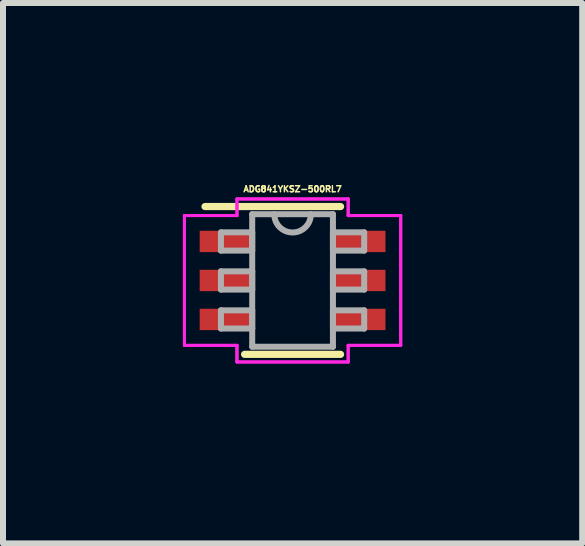
<source format=kicad_pcb>
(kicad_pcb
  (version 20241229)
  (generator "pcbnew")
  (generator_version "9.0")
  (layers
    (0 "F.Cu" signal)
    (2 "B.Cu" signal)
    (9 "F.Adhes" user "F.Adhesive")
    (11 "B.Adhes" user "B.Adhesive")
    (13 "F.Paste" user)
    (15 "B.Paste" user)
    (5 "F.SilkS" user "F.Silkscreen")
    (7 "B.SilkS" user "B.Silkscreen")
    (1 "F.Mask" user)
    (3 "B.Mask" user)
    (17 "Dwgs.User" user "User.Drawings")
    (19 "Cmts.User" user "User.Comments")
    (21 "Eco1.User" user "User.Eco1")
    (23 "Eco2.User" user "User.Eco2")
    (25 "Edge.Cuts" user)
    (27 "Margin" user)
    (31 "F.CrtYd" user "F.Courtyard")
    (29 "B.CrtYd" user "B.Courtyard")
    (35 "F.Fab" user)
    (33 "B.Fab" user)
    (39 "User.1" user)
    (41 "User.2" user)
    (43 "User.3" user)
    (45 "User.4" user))
  (footprint "ADG841YKSZ-500RL7"
    (layer "F.Cu")
    (at 1.828 1.626)
    (property "Reference" "ADG841YKSZ-500RL7" (at 0 -1.524 0) (layer "F.SilkS") (effects (font (size 0.1 0.1) (thickness 0.025))))
    (attr through_hole)
    (fp_line (start -0.8 1.232) (end 0.8 1.232) (stroke (width 0.12) (type solid)) (layer "F.SilkS"))
    (fp_line (start 0.8 -1.232) (end -1.46 -1.232) (stroke (width 0.12) (type solid)) (layer "F.SilkS"))
    (fp_line (start -1.803 -1.082) (end -0.927 -1.082) (stroke (width 0.05) (type solid)) (layer "F.CrtYd"))
    (fp_line (start -1.803 -1.082) (end -0.927 -1.082) (stroke (width 0.05) (type solid)) (layer "F.CrtYd"))
    (fp_line (start -1.803 1.082) (end -1.803 -1.082) (stroke (width 0.05) (type solid)) (layer "F.CrtYd"))
    (fp_line (start -1.803 1.082) (end -1.803 -1.082) (stroke (width 0.05) (type solid)) (layer "F.CrtYd"))
    (fp_line (start -1.803 1.082) (end -0.927 1.082) (stroke (width 0.05) (type solid)) (layer "F.CrtYd"))
    (fp_line (start -0.927 -1.359) (end 0.927 -1.359) (stroke (width 0.05) (type solid)) (layer "F.CrtYd"))
    (fp_line (start -0.927 -1.359) (end 0.927 -1.359) (stroke (width 0.05) (type solid)) (layer "F.CrtYd"))
    (fp_line (start -0.927 -1.082) (end -0.927 -1.359) (stroke (width 0.05) (type solid)) (layer "F.CrtYd"))
    (fp_line (start -0.927 -1.082) (end -0.927 -1.359) (stroke (width 0.05) (type solid)) (layer "F.CrtYd"))
    (fp_line (start -0.927 1.082) (end -1.803 1.082) (stroke (width 0.05) (type solid)) (layer "F.CrtYd"))
    (fp_line (start -0.927 1.359) (end -0.927 1.082) (stroke (width 0.05) (type solid)) (layer "F.CrtYd"))
    (fp_line (start -0.927 1.359) (end -0.927 1.082) (stroke (width 0.05) (type solid)) (layer "F.CrtYd"))
    (fp_line (start 0.927 -1.359) (end 0.927 -1.082) (stroke (width 0.05) (type solid)) (layer "F.CrtYd"))
    (fp_line (start 0.927 -1.359) (end 0.927 -1.082) (stroke (width 0.05) (type solid)) (layer "F.CrtYd"))
    (fp_line (start 0.927 -1.082) (end 1.803 -1.082) (stroke (width 0.05) (type solid)) (layer "F.CrtYd"))
    (fp_line (start 0.927 1.082) (end 0.927 1.359) (stroke (width 0.05) (type solid)) (layer "F.CrtYd"))
    (fp_line (start 0.927 1.082) (end 0.927 1.359) (stroke (width 0.05) (type solid)) (layer "F.CrtYd"))
    (fp_line (start 0.927 1.359) (end -0.927 1.359) (stroke (width 0.05) (type solid)) (layer "F.CrtYd"))
    (fp_line (start 0.927 1.359) (end -0.927 1.359) (stroke (width 0.05) (type solid)) (layer "F.CrtYd"))
    (fp_line (start 1.803 -1.082) (end 0.927 -1.082) (stroke (width 0.05) (type solid)) (layer "F.CrtYd"))
    (fp_line (start 1.803 -1.082) (end 1.803 1.082) (stroke (width 0.05) (type solid)) (layer "F.CrtYd"))
    (fp_line (start 1.803 -1.082) (end 1.803 1.082) (stroke (width 0.05) (type solid)) (layer "F.CrtYd"))
    (fp_line (start 1.803 1.082) (end 0.927 1.082) (stroke (width 0.05) (type solid)) (layer "F.CrtYd"))
    (fp_line (start 1.803 1.082) (end 0.927 1.082) (stroke (width 0.05) (type solid)) (layer "F.CrtYd"))
    (fp_line (start -1.194 -0.802) (end -1.194 -0.498) (stroke (width 0.1) (type solid)) (layer "F.Fab"))
    (fp_line (start -1.194 -0.498) (end -0.673 -0.498) (stroke (width 0.1) (type solid)) (layer "F.Fab"))
    (fp_line (start -1.194 -0.152) (end -1.194 0.152) (stroke (width 0.1) (type solid)) (layer "F.Fab"))
    (fp_line (start -1.194 0.152) (end -0.673 0.152) (stroke (width 0.1) (type solid)) (layer "F.Fab"))
    (fp_line (start -1.194 0.498) (end -1.194 0.802) (stroke (width 0.1) (type solid)) (layer "F.Fab"))
    (fp_line (start -1.194 0.802) (end -0.673 0.802) (stroke (width 0.1) (type solid)) (layer "F.Fab"))
    (fp_line (start -0.673 -1.105) (end -0.673 1.105) (stroke (width 0.1) (type solid)) (layer "F.Fab"))
    (fp_line (start -0.673 -0.802) (end -1.194 -0.802) (stroke (width 0.1) (type solid)) (layer "F.Fab"))
    (fp_line (start -0.673 -0.498) (end -0.673 -0.802) (stroke (width 0.1) (type solid)) (layer "F.Fab"))
    (fp_line (start -0.673 -0.152) (end -1.194 -0.152) (stroke (width 0.1) (type solid)) (layer "F.Fab"))
    (fp_line (start -0.673 0.152) (end -0.673 -0.152) (stroke (width 0.1) (type solid)) (layer "F.Fab"))
    (fp_line (start -0.673 0.498) (end -1.194 0.498) (stroke (width 0.1) (type solid)) (layer "F.Fab"))
    (fp_line (start -0.673 0.802) (end -0.673 0.498) (stroke (width 0.1) (type solid)) (layer "F.Fab"))
    (fp_line (start -0.673 1.105) (end 0.673 1.105) (stroke (width 0.1) (type solid)) (layer "F.Fab"))
    (fp_line (start 0.673 -1.105) (end -0.673 -1.105) (stroke (width 0.1) (type solid)) (layer "F.Fab"))
    (fp_line (start 0.673 -0.802) (end 0.673 -0.498) (stroke (width 0.1) (type solid)) (layer "F.Fab"))
    (fp_line (start 0.673 -0.498) (end 1.194 -0.498) (stroke (width 0.1) (type solid)) (layer "F.Fab"))
    (fp_line (start 0.673 -0.152) (end 0.673 0.152) (stroke (width 0.1) (type solid)) (layer "F.Fab"))
    (fp_line (start 0.673 0.152) (end 1.194 0.152) (stroke (width 0.1) (type solid)) (layer "F.Fab"))
    (fp_line (start 0.673 0.498) (end 0.673 0.802) (stroke (width 0.1) (type solid)) (layer "F.Fab"))
    (fp_line (start 0.673 0.802) (end 1.194 0.802) (stroke (width 0.1) (type solid)) (layer "F.Fab"))
    (fp_line (start 0.673 1.105) (end 0.673 -1.105) (stroke (width 0.1) (type solid)) (layer "F.Fab"))
    (fp_line (start 1.194 -0.802) (end 0.673 -0.802) (stroke (width 0.1) (type solid)) (layer "F.Fab"))
    (fp_line (start 1.194 -0.498) (end 1.194 -0.802) (stroke (width 0.1) (type solid)) (layer "F.Fab"))
    (fp_line (start 1.194 -0.152) (end 0.673 -0.152) (stroke (width 0.1) (type solid)) (layer "F.Fab"))
    (fp_line (start 1.194 0.152) (end 1.194 -0.152) (stroke (width 0.1) (type solid)) (layer "F.Fab"))
    (fp_line (start 1.194 0.498) (end 0.673 0.498) (stroke (width 0.1) (type solid)) (layer "F.Fab"))
    (fp_line (start 1.194 0.802) (end 1.194 0.498) (stroke (width 0.1) (type solid)) (layer "F.Fab"))
    (fp_arc (start 0.3048 -1.1049) (mid 0 -0.8001) (end -0.3048 -1.1049) (stroke (width 0.1) (type solid)) (layer "F.Fab"))
    (pad "1" smd rect (at -1.111 -0.65) (size 0.876 0.356) (layers "F.Cu" "F.Mask" "F.Paste"))
    (pad "2" smd rect (at -1.111 0) (size 0.876 0.356) (layers "F.Cu" "F.Mask" "F.Paste"))
    (pad "3" smd rect (at -1.111 0.65) (size 0.876 0.356) (layers "F.Cu" "F.Mask" "F.Paste"))
    (pad "4" smd rect (at 1.111 0.65) (size 0.876 0.356) (layers "F.Cu" "F.Mask" "F.Paste"))
    (pad "5" smd rect (at 1.111 0) (size 0.876 0.356) (layers "F.Cu" "F.Mask" "F.Paste"))
    (pad "6" smd rect (at 1.111 -0.65) (size 0.876 0.356) (layers "F.Cu" "F.Mask" "F.Paste")))
  (gr_rect
    (start -3 -3)
    (end 6.657 6.01)
    (stroke (width 0.1) (type default))
    (fill no)
    (layer "Edge.Cuts")))
</source>
